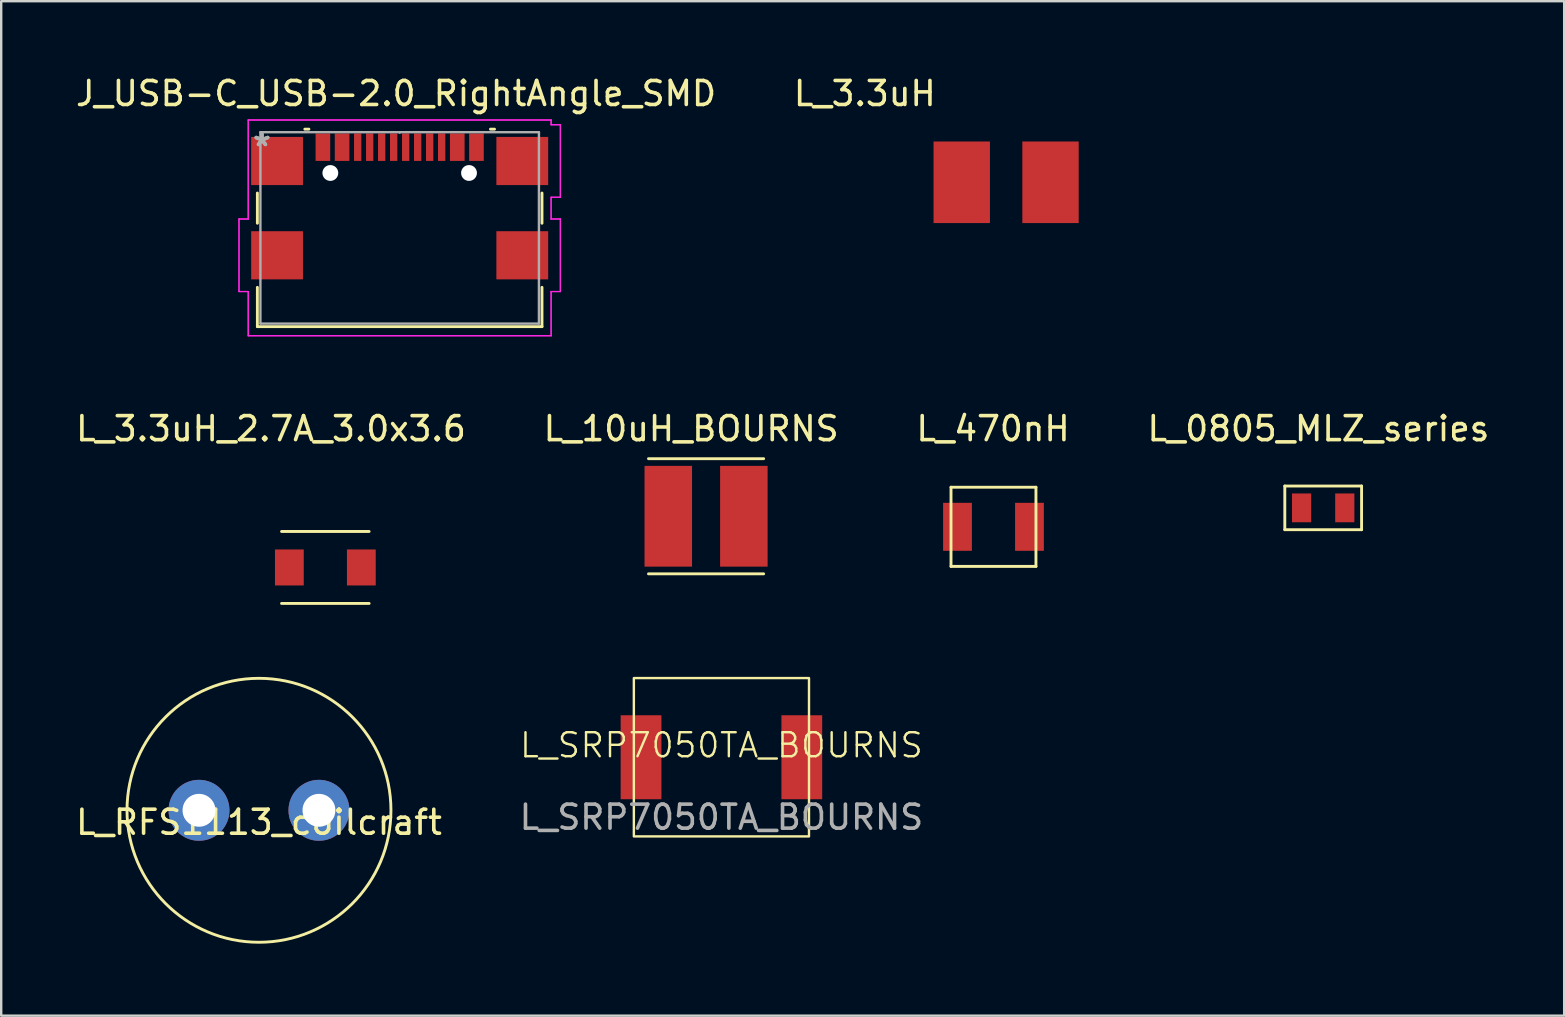
<source format=kicad_pcb>
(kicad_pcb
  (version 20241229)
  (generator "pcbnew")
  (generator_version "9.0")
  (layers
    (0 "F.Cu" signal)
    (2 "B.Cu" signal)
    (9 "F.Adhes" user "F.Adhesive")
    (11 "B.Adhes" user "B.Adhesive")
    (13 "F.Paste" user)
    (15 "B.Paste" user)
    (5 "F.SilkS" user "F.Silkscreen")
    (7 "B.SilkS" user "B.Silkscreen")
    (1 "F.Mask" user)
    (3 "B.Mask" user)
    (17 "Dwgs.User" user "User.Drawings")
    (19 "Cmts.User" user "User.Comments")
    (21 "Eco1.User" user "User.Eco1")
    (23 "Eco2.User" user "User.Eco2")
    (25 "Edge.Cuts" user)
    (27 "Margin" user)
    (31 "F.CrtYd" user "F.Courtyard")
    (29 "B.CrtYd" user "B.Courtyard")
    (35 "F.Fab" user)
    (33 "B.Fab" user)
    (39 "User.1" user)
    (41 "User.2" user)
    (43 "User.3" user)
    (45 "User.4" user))
  (footprint "L_RFS1113_coilcraft"
    (layer "F.Cu")
    (at 7.744 30.722)
    (property "Reference" "L_RFS1113_coilcraft" (at 0 0.5 0) (layer "F.SilkS") (effects (font (size 1 1) (thickness 0.15))))
    (attr through_hole)
    (fp_circle (center 0 0) (end 0.075 5.5) (stroke (width 0.12) (type solid)) (fill no) (layer "F.SilkS"))
    (pad "1" thru_hole circle (at 2.5 0) (size 2.54 2.54) (drill 1.37) (layers "*.Cu" "*.Mask"))
    (pad "2" thru_hole circle (at -2.5 0) (size 2.54 2.54) (drill 1.37) (layers "*.Cu" "*.Mask")))
  (footprint "L_470nH"
    (layer "F.Cu")
    (at 38.357 18.907)
    (property "Reference" "L_470nH" (at -0.018 -4.09 0) (layer "F.SilkS") (effects (font (size 1 1) (thickness 0.15))))
    (attr through_hole)
    (fp_line (start -1.77 -1.65) (end 1.77 -1.65) (stroke (width 0.12) (type solid)) (layer "F.SilkS"))
    (fp_line (start -1.77 1.65) (end -1.77 -1.65) (stroke (width 0.12) (type solid)) (layer "F.SilkS"))
    (fp_line (start 1.77 -1.65) (end 1.77 1.65) (stroke (width 0.12) (type solid)) (layer "F.SilkS"))
    (fp_line (start 1.77 1.65) (end -1.77 1.65) (stroke (width 0.12) (type solid)) (layer "F.SilkS"))
    (pad "1" smd rect (at 1.5 0) (size 1.2 2) (layers "F.Cu" "F.Mask" "F.Paste"))
    (pad "2" smd rect (at -1.5 0 180) (size 1.2 2) (layers "F.Cu" "F.Mask" "F.Paste")))
  (footprint "J_USB-C_USB-2.0_RightAngle_SMD"
    (layer "F.Cu")
    (at 13.608 6.448)
    (property "Reference" "J_USB-C_USB-2.0_RightAngle_SMD" (at -0.15 -5.6 0) (layer "F.SilkS") (effects (font (size 1 1) (thickness 0.15))))
    (attr through_hole)
    (fp_line (start -5.931 -1.452) (end -5.931 -0.194) (stroke (width 0.12) (type solid)) (layer "F.SilkS"))
    (fp_line (start -5.931 2.478) (end -5.931 4.115) (stroke (width 0.12) (type solid)) (layer "F.SilkS"))
    (fp_line (start -5.931 4.115) (end 5.931 4.115) (stroke (width 0.12) (type solid)) (layer "F.SilkS"))
    (fp_line (start -3.784 -4.115) (end -3.953 -4.115) (stroke (width 0.12) (type solid)) (layer "F.SilkS"))
    (fp_line (start 3.953 -4.115) (end 3.784 -4.115) (stroke (width 0.12) (type solid)) (layer "F.SilkS"))
    (fp_line (start 5.931 -0.194) (end 5.931 -1.452) (stroke (width 0.12) (type solid)) (layer "F.SilkS"))
    (fp_line (start 5.931 4.115) (end 5.931 2.478) (stroke (width 0.12) (type solid)) (layer "F.SilkS"))
    (fp_line (start -6.697 -0.369) (end -6.697 2.654) (stroke (width 0.05) (type solid)) (layer "F.CrtYd"))
    (fp_line (start -6.697 -0.369) (end -6.697 2.654) (stroke (width 0.05) (type solid)) (layer "F.CrtYd"))
    (fp_line (start -6.697 2.654) (end -6.312 2.654) (stroke (width 0.05) (type solid)) (layer "F.CrtYd"))
    (fp_line (start -6.697 2.654) (end -6.312 2.654) (stroke (width 0.05) (type solid)) (layer "F.CrtYd"))
    (fp_line (start -6.312 -4.496) (end -6.312 -0.369) (stroke (width 0.05) (type solid)) (layer "F.CrtYd"))
    (fp_line (start -6.312 -4.496) (end -6.312 -0.369) (stroke (width 0.05) (type solid)) (layer "F.CrtYd"))
    (fp_line (start -6.312 -0.369) (end -6.697 -0.369) (stroke (width 0.05) (type solid)) (layer "F.CrtYd"))
    (fp_line (start -6.312 -0.369) (end -6.697 -0.369) (stroke (width 0.05) (type solid)) (layer "F.CrtYd"))
    (fp_line (start -6.312 2.654) (end -6.312 4.496) (stroke (width 0.05) (type solid)) (layer "F.CrtYd"))
    (fp_line (start -6.312 2.654) (end -6.312 4.496) (stroke (width 0.05) (type solid)) (layer "F.CrtYd"))
    (fp_line (start -6.312 4.496) (end 6.312 4.496) (stroke (width 0.05) (type solid)) (layer "F.CrtYd"))
    (fp_line (start -6.312 4.496) (end 6.312 4.496) (stroke (width 0.05) (type solid)) (layer "F.CrtYd"))
    (fp_line (start 6.312 -4.496) (end -6.312 -4.496) (stroke (width 0.05) (type solid)) (layer "F.CrtYd"))
    (fp_line (start 6.312 -4.496) (end -6.312 -4.496) (stroke (width 0.05) (type solid)) (layer "F.CrtYd"))
    (fp_line (start 6.312 -4.299) (end 6.312 -4.496) (stroke (width 0.05) (type solid)) (layer "F.CrtYd"))
    (fp_line (start 6.312 -4.299) (end 6.312 -4.496) (stroke (width 0.05) (type solid)) (layer "F.CrtYd"))
    (fp_line (start 6.312 -1.276) (end 6.697 -1.276) (stroke (width 0.05) (type solid)) (layer "F.CrtYd"))
    (fp_line (start 6.312 -1.276) (end 6.697 -1.276) (stroke (width 0.05) (type solid)) (layer "F.CrtYd"))
    (fp_line (start 6.312 -0.369) (end 6.312 -1.276) (stroke (width 0.05) (type solid)) (layer "F.CrtYd"))
    (fp_line (start 6.312 -0.369) (end 6.312 -1.276) (stroke (width 0.05) (type solid)) (layer "F.CrtYd"))
    (fp_line (start 6.312 2.654) (end 6.697 2.654) (stroke (width 0.05) (type solid)) (layer "F.CrtYd"))
    (fp_line (start 6.312 2.654) (end 6.697 2.654) (stroke (width 0.05) (type solid)) (layer "F.CrtYd"))
    (fp_line (start 6.312 4.496) (end 6.312 2.654) (stroke (width 0.05) (type solid)) (layer "F.CrtYd"))
    (fp_line (start 6.312 4.496) (end 6.312 2.654) (stroke (width 0.05) (type solid)) (layer "F.CrtYd"))
    (fp_line (start 6.697 -4.299) (end 6.312 -4.299) (stroke (width 0.05) (type solid)) (layer "F.CrtYd"))
    (fp_line (start 6.697 -4.299) (end 6.312 -4.299) (stroke (width 0.05) (type solid)) (layer "F.CrtYd"))
    (fp_line (start 6.697 -1.276) (end 6.697 -4.299) (stroke (width 0.05) (type solid)) (layer "F.CrtYd"))
    (fp_line (start 6.697 -1.276) (end 6.697 -4.299) (stroke (width 0.05) (type solid)) (layer "F.CrtYd"))
    (fp_line (start 6.697 -0.369) (end 6.312 -0.369) (stroke (width 0.05) (type solid)) (layer "F.CrtYd"))
    (fp_line (start 6.697 -0.369) (end 6.312 -0.369) (stroke (width 0.05) (type solid)) (layer "F.CrtYd"))
    (fp_line (start 6.697 2.654) (end 6.697 -0.369) (stroke (width 0.05) (type solid)) (layer "F.CrtYd"))
    (fp_line (start 6.697 2.654) (end 6.697 -0.369) (stroke (width 0.05) (type solid)) (layer "F.CrtYd"))
    (fp_line (start -5.804 -3.988) (end -5.804 3.988) (stroke (width 0.1) (type solid)) (layer "F.Fab"))
    (fp_line (start -5.804 3.988) (end 5.804 3.988) (stroke (width 0.1) (type solid)) (layer "F.Fab"))
    (fp_line (start 0 -3.988) (end 0 -3.988) (stroke (width 0.1) (type solid)) (layer "F.Fab"))
    (fp_line (start 0 -3.988) (end 0 -3.988) (stroke (width 0.1) (type solid)) (layer "F.Fab"))
    (fp_line (start 0 -3.988) (end 0 -3.988) (stroke (width 0.1) (type solid)) (layer "F.Fab"))
    (fp_line (start 0 -3.988) (end 0 -3.988) (stroke (width 0.1) (type solid)) (layer "F.Fab"))
    (fp_line (start 5.804 -3.988) (end -5.804 -3.988) (stroke (width 0.1) (type solid)) (layer "F.Fab"))
    (fp_line (start 5.804 3.988) (end 5.804 -3.988) (stroke (width 0.1) (type solid)) (layer "F.Fab"))
    (fp_text user "*" (at -5.74 -3.363 0) (layer "F.Fab") (effects (font (size 1 1) (thickness 0.15))))
    (fp_text user "*" (at -5.74 -3.363 0) (layer "F.Fab") (effects (font (size 1 1) (thickness 0.15))))
    (pad "" np_thru_hole circle (at -2.89 -2.288) (size 0.66 0.66) (drill 0.66) (layers "*.Cu" "*.Mask"))
    (pad "" np_thru_hole circle (at 2.89 -2.288) (size 0.66 0.66) (drill 0.66) (layers "*.Cu" "*.Mask"))
    (pad "15" smd rect (at -5.11 -2.788) (size 2.159 2.007) (layers "F.Cu" "F.Mask" "F.Paste"))
    (pad "16" smd rect (at 5.11 -2.788) (size 2.159 2.007) (layers "F.Cu" "F.Mask" "F.Paste"))
    (pad "17" smd rect (at -5.11 1.142) (size 2.159 2.007) (layers "F.Cu" "F.Mask" "F.Paste"))
    (pad "18" smd rect (at 5.11 1.142) (size 2.159 2.007) (layers "F.Cu" "F.Mask" "F.Paste"))
    (pad "A1-B12" smd rect (at -3.2 -3.363) (size 0.61 1.143) (layers "F.Cu" "F.Mask" "F.Paste"))
    (pad "A4-B9" smd rect (at -2.4 -3.363) (size 0.61 1.143) (layers "F.Cu" "F.Mask" "F.Paste"))
    (pad "A5" smd rect (at -1.25 -3.363) (size 0.305 1.143) (layers "F.Cu" "F.Mask" "F.Paste"))
    (pad "A6" smd rect (at -0.25 -3.363) (size 0.305 1.143) (layers "F.Cu" "F.Mask" "F.Paste"))
    (pad "A7" smd rect (at 0.25 -3.363) (size 0.305 1.143) (layers "F.Cu" "F.Mask" "F.Paste"))
    (pad "A8" smd rect (at 1.25 -3.363) (size 0.305 1.143) (layers "F.Cu" "F.Mask" "F.Paste"))
    (pad "A9-B4" smd rect (at 2.4 -3.363) (size 0.61 1.143) (layers "F.Cu" "F.Mask" "F.Paste"))
    (pad "A12-B1" smd rect (at 3.2 -3.363) (size 0.61 1.143) (layers "F.Cu" "F.Mask" "F.Paste"))
    (pad "B5" smd rect (at 1.75 -3.363) (size 0.305 1.143) (layers "F.Cu" "F.Mask" "F.Paste"))
    (pad "B6" smd rect (at 0.75 -3.363) (size 0.305 1.143) (layers "F.Cu" "F.Mask" "F.Paste"))
    (pad "B7" smd rect (at -0.75 -3.363) (size 0.305 1.143) (layers "F.Cu" "F.Mask" "F.Paste"))
    (pad "B8" smd rect (at -1.75 -3.363) (size 0.305 1.143) (layers "F.Cu" "F.Mask" "F.Paste")))
  (footprint "L_10uH_BOURNS"
    (layer "F.Cu")
    (at 26.378 18.467)
    (property "Reference" "L_10uH_BOURNS" (at -0.622 -3.65 0) (layer "F.SilkS") (effects (font (size 1 1) (thickness 0.15))))
    (attr through_hole)
    (fp_line (start -2.4 -2.4) (end 2.4 -2.4) (stroke (width 0.12) (type solid)) (layer "F.SilkS"))
    (fp_line (start 2.4 2.4) (end -2.4 2.4) (stroke (width 0.12) (type solid)) (layer "F.SilkS"))
    (pad "1" smd rect (at 1.575 0) (size 1.98 4.2) (layers "F.Cu" "F.Mask" "F.Paste"))
    (pad "2" smd rect (at -1.575 0 180) (size 1.98 4.2) (layers "F.Cu" "F.Mask" "F.Paste")))
  (footprint "L_SRP7050TA_BOURNS"
    (layer "F.Cu")
    (at 27.018 28.511)
    (property "Reference" "L_SRP7050TA_BOURNS" (at 0 -0.5 0) (unlocked yes) (layer "F.SilkS") (effects (font (size 1 1) (thickness 0.1))))
    (attr smd)
    (fp_rect (start -3.65 -3.3) (end 3.65 3.3) (stroke (width 0.1) (type default)) (fill no) (layer "F.SilkS"))
    (fp_text user "${REFERENCE}" (at 0 2.5 0) (unlocked yes) (layer "F.Fab") (effects (font (size 1 1) (thickness 0.15))))
    (pad "1" smd rect (at -3.35 0) (size 1.7 3.5) (layers "F.Cu" "F.Mask" "F.Paste"))
    (pad "2" smd rect (at 3.35 0) (size 1.7 3.5) (layers "F.Cu" "F.Mask" "F.Paste")))
  (footprint "L_0805_MLZ_series"
    (layer "F.Cu")
    (at 52.099 18.117)
    (property "Reference" "L_0805_MLZ_series" (at -0.2 -3.3 0) (layer "F.SilkS") (effects (font (size 1 1) (thickness 0.15))))
    (attr through_hole)
    (fp_line (start -1.6 -0.91) (end 1.6 -0.91) (stroke (width 0.12) (type solid)) (layer "F.SilkS"))
    (fp_line (start -1.6 0.91) (end -1.6 -0.91) (stroke (width 0.12) (type solid)) (layer "F.SilkS"))
    (fp_line (start 1.6 -0.91) (end 1.6 0.91) (stroke (width 0.12) (type solid)) (layer "F.SilkS"))
    (fp_line (start 1.6 0.91) (end -1.6 0.91) (stroke (width 0.12) (type solid)) (layer "F.SilkS"))
    (pad "1" smd rect (at -0.9 0 270) (size 1.2 0.8) (layers "F.Cu" "F.Mask" "F.Paste"))
    (pad "2" smd rect (at 0.9 0 90) (size 1.2 0.8) (layers "F.Cu" "F.Mask" "F.Paste")))
  (footprint "L_3.3uH_2.7A_3.0x3.6"
    (layer "F.Cu")
    (at 10.51 20.601)
    (property "Reference" "L_3.3uH_2.7A_3.0x3.6" (at -2.266 -5.784 0) (layer "F.SilkS") (effects (font (size 1 1) (thickness 0.15))))
    (attr through_hole)
    (fp_line (start -1.825 1.5) (end 1.825 1.5) (stroke (width 0.12) (type solid)) (layer "F.SilkS"))
    (fp_line (start 1.825 -1.5) (end -1.825 -1.5) (stroke (width 0.12) (type solid)) (layer "F.SilkS"))
    (pad "1" smd rect (at 1.5 0) (size 1.2 1.5) (layers "F.Cu" "F.Mask" "F.Paste"))
    (pad "2" smd rect (at -1.5 0 180) (size 1.2 1.5) (layers "F.Cu" "F.Mask" "F.Paste")))
  (footprint "L_3.3uH"
    (layer "F.Cu")
    (at 38.884 4.547)
    (property "Reference" "L_3.3uH" (at -5.89 -3.699 0) (layer "F.SilkS") (effects (font (size 1 1) (thickness 0.15))))
    (attr through_hole)
    (pad "1" smd rect (at 1.85 0) (size 2.35 3.4) (layers "F.Cu" "F.Mask" "F.Paste"))
    (pad "2" smd rect (at -1.85 0 180) (size 2.35 3.4) (layers "F.Cu" "F.Mask" "F.Paste")))
  (gr_rect
    (start -3 -3)
    (end 62.143 39.282)
    (stroke (width 0.1) (type default))
    (fill no)
    (layer "Edge.Cuts")))
</source>
